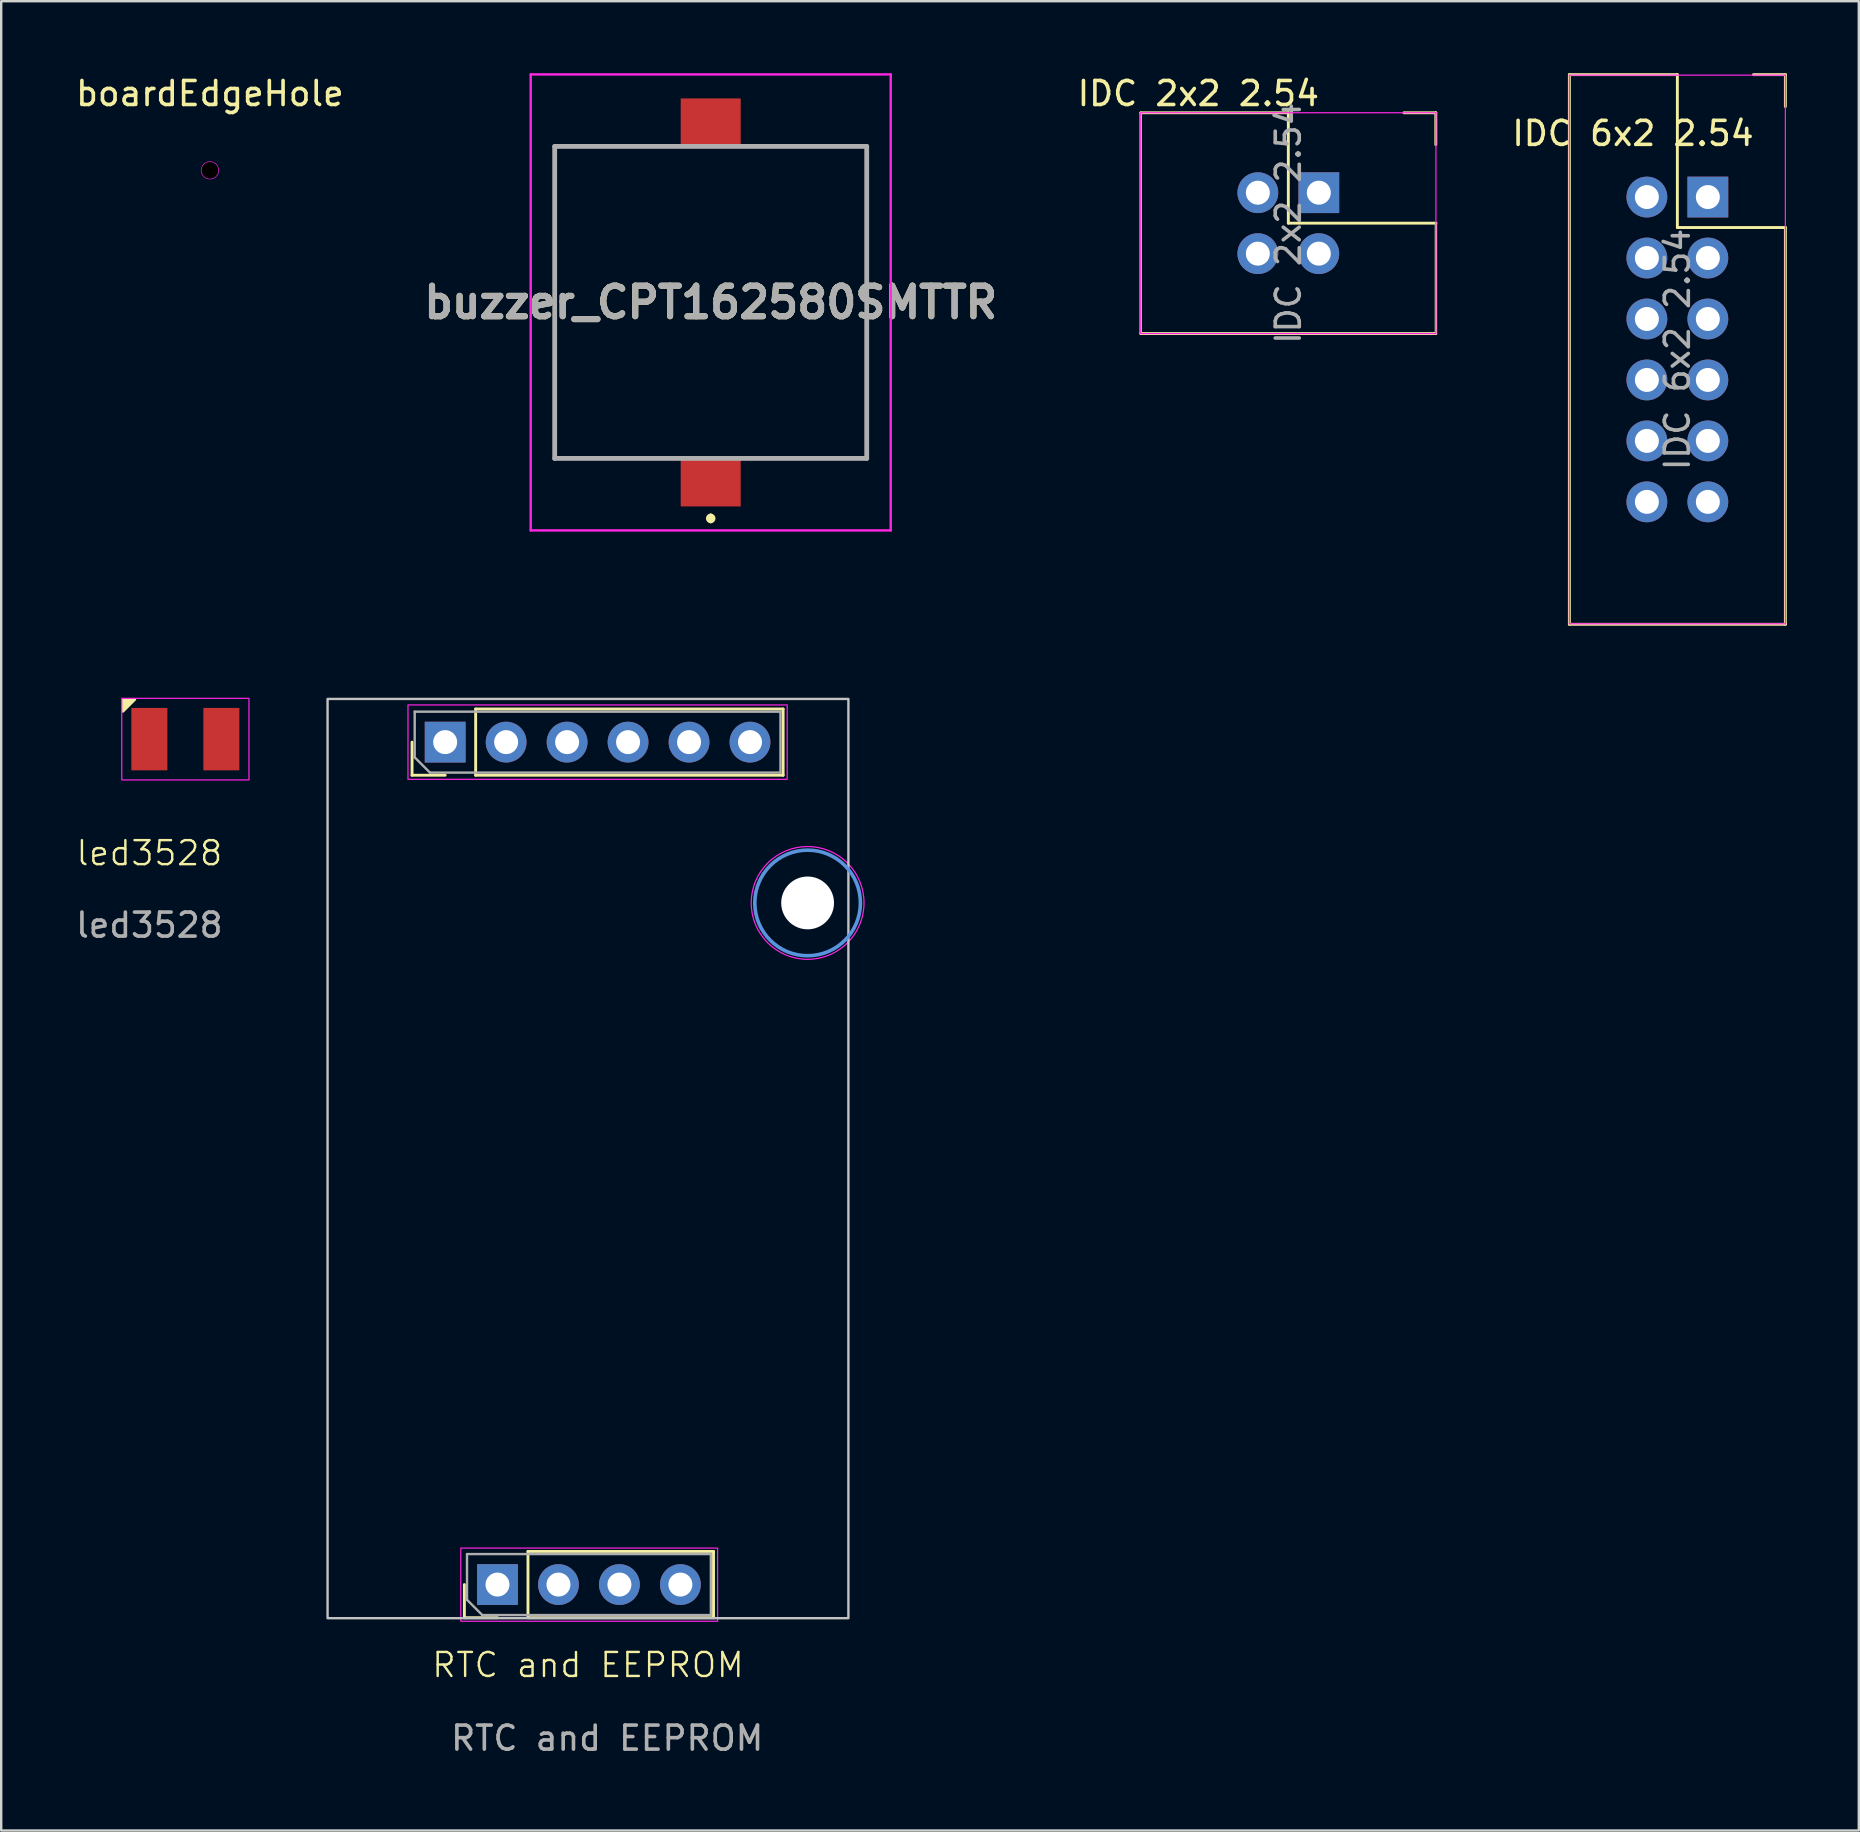
<source format=kicad_pcb>
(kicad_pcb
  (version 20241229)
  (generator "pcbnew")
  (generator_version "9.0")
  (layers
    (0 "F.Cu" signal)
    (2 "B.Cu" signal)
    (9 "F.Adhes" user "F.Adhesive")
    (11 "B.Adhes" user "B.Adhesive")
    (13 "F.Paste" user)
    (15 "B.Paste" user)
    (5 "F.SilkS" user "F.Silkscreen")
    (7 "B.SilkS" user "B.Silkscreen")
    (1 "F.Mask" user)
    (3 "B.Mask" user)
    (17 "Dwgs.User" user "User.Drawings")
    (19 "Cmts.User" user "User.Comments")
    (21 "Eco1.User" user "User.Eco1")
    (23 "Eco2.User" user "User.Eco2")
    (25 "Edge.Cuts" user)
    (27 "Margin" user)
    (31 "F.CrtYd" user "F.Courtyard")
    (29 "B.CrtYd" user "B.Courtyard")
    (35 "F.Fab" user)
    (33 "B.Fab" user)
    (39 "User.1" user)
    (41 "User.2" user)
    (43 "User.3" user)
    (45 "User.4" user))
  (footprint "boardEdgeHole"
    (layer "F.Cu")
    (at 5.696 4.048)
    (property "Reference" "boardEdgeHole" (at 0 -3.2 0) (layer "F.SilkS") (effects (font (size 1 1) (thickness 0.15))))
    (attr exclude_from_pos_files exclude_from_bom)
    (fp_circle (center 0 0) (end 0.35 -0.000001) (stroke (width 0.05) (type solid)) (fill no) (layer "F.CrtYd"))
    (pad "" np_thru_hole circle (at 0 0) (size 0.7 0.7) (drill 0.7) (layers "*.Mask")))
  (footprint "RTC and EEPROM"
    (layer "F.Cu")
    (at 10.598 64.37)
    (property "Reference" "RTC and EEPROM" (at 10.85 1.95 0) (unlocked yes) (layer "F.SilkS") (effects (font (size 1 1) (thickness 0.1))))
    (attr smd)
    (fp_line (start 3.52 -35.12) (end 3.52 -36.5) (stroke (width 0.12) (type solid)) (layer "F.SilkS"))
    (fp_line (start 4.9 -35.12) (end 3.52 -35.12) (stroke (width 0.12) (type solid)) (layer "F.SilkS"))
    (fp_line (start 5.7 -0.02) (end 5.7 -1.4) (stroke (width 0.12) (type solid)) (layer "F.SilkS"))
    (fp_line (start 6.17 -35.12) (end 6.17 -37.88) (stroke (width 0.12) (type solid)) (layer "F.SilkS"))
    (fp_line (start 6.17 -35.12) (end 18.98 -35.12) (stroke (width 0.12) (type solid)) (layer "F.SilkS"))
    (fp_line (start 6.17 -37.88) (end 18.98 -37.88) (stroke (width 0.12) (type solid)) (layer "F.SilkS"))
    (fp_line (start 7.08 -0.02) (end 5.7 -0.02) (stroke (width 0.12) (type solid)) (layer "F.SilkS"))
    (fp_line (start 8.35 -2.78) (end 16.08 -2.78) (stroke (width 0.12) (type solid)) (layer "F.SilkS"))
    (fp_line (start 8.35 -0.02) (end 8.35 -2.78) (stroke (width 0.12) (type solid)) (layer "F.SilkS"))
    (fp_line (start 8.35 -0.02) (end 16.08 -0.02) (stroke (width 0.12) (type solid)) (layer "F.SilkS"))
    (fp_line (start 16.08 -0.02) (end 16.08 -2.78) (stroke (width 0.12) (type solid)) (layer "F.SilkS"))
    (fp_line (start 18.98 -35.12) (end 18.98 -37.88) (stroke (width 0.12) (type solid)) (layer "F.SilkS"))
    (fp_rect (start 0 0) (end 21.7 -38.3) (stroke (width 0.1) (type solid)) (fill no) (layer "Dwgs.User"))
    (fp_circle (center 20 -29.8) (end 22.2 -29.8) (stroke (width 0.15) (type solid)) (fill no) (layer "Cmts.User"))
    (fp_rect (start 3.35 -38.05) (end 19.15 -34.95) (stroke (width 0.05) (type default)) (fill no) (layer "F.CrtYd"))
    (fp_rect (start 5.55 -2.92) (end 16.25 0.13) (stroke (width 0.05) (type default)) (fill no) (layer "F.CrtYd"))
    (fp_circle (center 20 -29.8) (end 22.35 -29.8) (stroke (width 0.05) (type default)) (fill no) (layer "F.CrtYd"))
    (fp_line (start 3.63 -37.77) (end 18.87 -37.77) (stroke (width 0.1) (type solid)) (layer "F.Fab"))
    (fp_line (start 3.63 -35.865) (end 3.63 -37.77) (stroke (width 0.1) (type solid)) (layer "F.Fab"))
    (fp_line (start 4.265 -35.23) (end 3.63 -35.865) (stroke (width 0.1) (type solid)) (layer "F.Fab"))
    (fp_line (start 5.81 -2.67) (end 15.97 -2.67) (stroke (width 0.1) (type solid)) (layer "F.Fab"))
    (fp_line (start 5.81 -0.765) (end 5.81 -2.67) (stroke (width 0.1) (type solid)) (layer "F.Fab"))
    (fp_line (start 6.445 -0.13) (end 5.81 -0.765) (stroke (width 0.1) (type solid)) (layer "F.Fab"))
    (fp_line (start 15.97 -0.13) (end 6.445 -0.13) (stroke (width 0.1) (type solid)) (layer "F.Fab"))
    (fp_line (start 15.97 -2.67) (end 15.97 -0.13) (stroke (width 0.1) (type solid)) (layer "F.Fab"))
    (fp_line (start 18.87 -37.77) (end 18.87 -35.23) (stroke (width 0.1) (type solid)) (layer "F.Fab"))
    (fp_line (start 18.87 -35.23) (end 4.265 -35.23) (stroke (width 0.1) (type solid)) (layer "F.Fab"))
    (fp_text user "${REFERENCE}" (at 11.65 5 0) (unlocked yes) (layer "F.Fab") (effects (font (size 1 1) (thickness 0.15))))
    (pad "" np_thru_hole circle (at 20 -29.8) (size 2.2 2.2) (drill 2.2) (layers "*.Cu" "*.Mask"))
    (pad "1" thru_hole rect (at 7.08 -1.4 90) (size 1.7 1.7) (drill 1) (layers "*.Cu" "*.Mask"))
    (pad "2" thru_hole circle (at 9.62 -1.4 90) (size 1.7 1.7) (drill 1) (layers "*.Cu" "*.Mask"))
    (pad "3" thru_hole circle (at 12.16 -1.4 90) (size 1.7 1.7) (drill 1) (layers "*.Cu" "*.Mask"))
    (pad "4" thru_hole circle (at 14.7 -1.4 90) (size 1.7 1.7) (drill 1) (layers "*.Cu" "*.Mask"))
    (pad "5" thru_hole rect (at 4.9 -36.5 90) (size 1.7 1.7) (drill 1) (layers "*.Cu" "*.Mask"))
    (pad "6" thru_hole circle (at 7.44 -36.5 90) (size 1.7 1.7) (drill 1) (layers "*.Cu" "*.Mask"))
    (pad "7" thru_hole circle (at 9.98 -36.5 180) (size 1.7 1.7) (drill 1) (layers "*.Cu" "*.Mask"))
    (pad "8" thru_hole circle (at 12.52 -36.5 90) (size 1.7 1.7) (drill 1) (layers "*.Cu" "*.Mask"))
    (pad "9" thru_hole circle (at 15.06 -36.5 90) (size 1.7 1.7) (drill 1) (layers "*.Cu" "*.Mask"))
    (pad "10" thru_hole circle (at 17.6 -36.5 90) (size 1.7 1.7) (drill 1) (layers "*.Cu" "*.Mask")))
  (footprint "IDC 2x2 2.54"
    (layer "F.Cu")
    (at 50.627 6.248)
    (property "Reference" "IDC 2x2 2.54" (at -3.75 -5.4 0) (layer "F.SilkS") (effects (font (size 1 1) (thickness 0.15))))
    (attr through_hole)
    (fp_line (start -6.15 -4.6) (end -6.15 4.6) (stroke (width 0.1) (type solid)) (layer "F.SilkS"))
    (fp_line (start -6.145 -4.6) (end 0 -4.6) (stroke (width 0.12) (type solid)) (layer "F.SilkS"))
    (fp_line (start -6.145 4.6) (end 6.145 4.6) (stroke (width 0.12) (type solid)) (layer "F.SilkS"))
    (fp_line (start 0 -4.6) (end 0 0) (stroke (width 0.12) (type solid)) (layer "F.SilkS"))
    (fp_line (start 0 0) (end 6.15 0) (stroke (width 0.12) (type solid)) (layer "F.SilkS"))
    (fp_line (start 4.815 -4.6) (end 6.145 -4.6) (stroke (width 0.12) (type solid)) (layer "F.SilkS"))
    (fp_line (start 6.145 -4.6) (end 6.145 -3.27) (stroke (width 0.12) (type solid)) (layer "F.SilkS"))
    (fp_line (start 6.15 0) (end 6.15 4.6) (stroke (width 0.1) (type solid)) (layer "F.SilkS"))
    (fp_line (start -6.15 -4.6) (end -6.15 4.6) (stroke (width 0.05) (type solid)) (layer "F.CrtYd"))
    (fp_line (start -6.145 -4.6) (end 6.145 -4.6) (stroke (width 0.05) (type solid)) (layer "F.CrtYd"))
    (fp_line (start -6.145 4.6) (end 6.145 4.6) (stroke (width 0.05) (type solid)) (layer "F.CrtYd"))
    (fp_line (start 6.15 -4.6) (end 6.15 4.6) (stroke (width 0.05) (type solid)) (layer "F.CrtYd"))
    (fp_text user "${REFERENCE}" (at 0 0 90) (layer "F.Fab") (effects (font (size 1 1) (thickness 0.15))))
    (pad "1" thru_hole rect (at 1.27 -1.27) (size 1.7 1.7) (drill 1) (layers "*.Cu" "*.Mask"))
    (pad "2" thru_hole circle (at -1.27 -1.27) (size 1.7 1.7) (drill 1) (layers "*.Cu" "*.Mask"))
    (pad "3" thru_hole circle (at 1.27 1.27) (size 1.7 1.7) (drill 1) (layers "*.Cu" "*.Mask"))
    (pad "4" thru_hole circle (at -1.27 1.27) (size 1.7 1.7) (drill 1) (layers "*.Cu" "*.Mask")))
  (footprint "IDC 6x2 2.54"
    (layer "F.Cu")
    (at 66.836 11.51)
    (property "Reference" "IDC 6x2 2.54" (at -1.85 -9 0) (layer "F.SilkS") (effects (font (size 1 1) (thickness 0.15))))
    (attr through_hole)
    (fp_line (start -4.5 -11.45) (end -4.5 11.45) (stroke (width 0.12) (type solid)) (layer "F.SilkS"))
    (fp_line (start -4.5 -11.45) (end 0 -11.45) (stroke (width 0.12) (type solid)) (layer "F.SilkS"))
    (fp_line (start -4.5 11.45) (end 4.5 11.45) (stroke (width 0.12) (type solid)) (layer "F.SilkS"))
    (fp_line (start 0 -11.45) (end 0 -5.08) (stroke (width 0.12) (type solid)) (layer "F.SilkS"))
    (fp_line (start 0 -5.08) (end 4.5 -5.08) (stroke (width 0.12) (type solid)) (layer "F.SilkS"))
    (fp_line (start 3.17 -11.45) (end 4.5 -11.45) (stroke (width 0.12) (type solid)) (layer "F.SilkS"))
    (fp_line (start 4.5 -11.45) (end 4.5 -10.12) (stroke (width 0.12) (type solid)) (layer "F.SilkS"))
    (fp_line (start 4.5 -5.08) (end 4.5 11.45) (stroke (width 0.12) (type solid)) (layer "F.SilkS"))
    (fp_line (start -4.5 -11.43) (end -4.5 11.43) (stroke (width 0.05) (type solid)) (layer "F.CrtYd"))
    (fp_line (start -4.5 -11.43) (end 4.5 -11.43) (stroke (width 0.05) (type solid)) (layer "F.CrtYd"))
    (fp_line (start -4.5 11.43) (end 4.5 11.43) (stroke (width 0.05) (type solid)) (layer "F.CrtYd"))
    (fp_line (start 4.5 -11.43) (end 4.5 11.43) (stroke (width 0.05) (type solid)) (layer "F.CrtYd"))
    (fp_text user "${REFERENCE}" (at 0 0 90) (layer "F.Fab") (effects (font (size 1 1) (thickness 0.15))))
    (pad "1" thru_hole rect (at 1.27 -6.35) (size 1.7 1.7) (drill 1) (layers "*.Cu" "*.Mask"))
    (pad "2" thru_hole circle (at -1.27 -6.35) (size 1.7 1.7) (drill 1) (layers "*.Cu" "*.Mask"))
    (pad "3" thru_hole circle (at 1.27 -3.81) (size 1.7 1.7) (drill 1) (layers "*.Cu" "*.Mask"))
    (pad "4" thru_hole circle (at -1.27 -3.81) (size 1.7 1.7) (drill 1) (layers "*.Cu" "*.Mask"))
    (pad "5" thru_hole circle (at 1.27 -1.27) (size 1.7 1.7) (drill 1) (layers "*.Cu" "*.Mask"))
    (pad "6" thru_hole circle (at -1.27 -1.27) (size 1.7 1.7) (drill 1) (layers "*.Cu" "*.Mask"))
    (pad "7" thru_hole circle (at 1.27 1.27) (size 1.7 1.7) (drill 1) (layers "*.Cu" "*.Mask"))
    (pad "8" thru_hole circle (at -1.27 1.27) (size 1.7 1.7) (drill 1) (layers "*.Cu" "*.Mask"))
    (pad "9" thru_hole circle (at 1.27 3.81) (size 1.7 1.7) (drill 1) (layers "*.Cu" "*.Mask"))
    (pad "10" thru_hole circle (at -1.27 3.81) (size 1.7 1.7) (drill 1) (layers "*.Cu" "*.Mask"))
    (pad "11" thru_hole circle (at 1.27 6.35) (size 1.7 1.7) (drill 1) (layers "*.Cu" "*.Mask"))
    (pad "12" thru_hole circle (at -1.27 6.35) (size 1.7 1.7) (drill 1) (layers "*.Cu" "*.Mask")))
  (footprint "led3528"
    (layer "F.Cu")
    (at 3.173 27.745)
    (property "Reference" "led3528" (at 0 4.75 0) (unlocked yes) (layer "F.SilkS") (effects (font (size 1 1) (thickness 0.1))))
    (attr smd)
    (fp_poly (pts (xy -0.6 -1.65) (xy -1.1 -1.65) (xy -1.1 -1.15)) (stroke (width 0.1) (type solid)) (fill yes) (layer "F.SilkS"))
    (fp_rect (start -1.15 -1.7) (end 4.15 1.7) (stroke (width 0.05) (type solid)) (fill no) (layer "F.CrtYd"))
    (fp_text user "${REFERENCE}" (at 0 7.75 0) (unlocked yes) (layer "F.Fab") (effects (font (size 1 1) (thickness 0.15))))
    (pad "1" smd rect (at 0 0) (size 1.5 2.6) (layers "F.Cu" "F.Mask" "F.Paste"))
    (pad "2" smd rect (at 3 0) (size 1.5 2.6) (layers "F.Cu" "F.Mask" "F.Paste")))
  (footprint "buzzer_CPT162580SMTTR"
    (layer "F.Cu")
    (at 26.561 9.55)
    (property "Reference" "buzzer_CPT162580SMTTR" (at 0 0 0) (layer "F.SilkS") (effects (font (size 1.27 1.27) (thickness 0.254))))
    (attr smd)
    (fp_line (start -6.5 -6.5) (end -6.5 6.5) (stroke (width 0.1) (type solid)) (layer "F.SilkS"))
    (fp_line (start -6.5 6.5) (end -2 6.5) (stroke (width 0.1) (type solid)) (layer "F.SilkS"))
    (fp_line (start -2 -6.5) (end -6.5 -6.5) (stroke (width 0.1) (type solid)) (layer "F.SilkS"))
    (fp_line (start 0 8.9) (end 0 8.9) (stroke (width 0.2) (type solid)) (layer "F.SilkS"))
    (fp_line (start 0 9.1) (end 0 9.1) (stroke (width 0.2) (type solid)) (layer "F.SilkS"))
    (fp_line (start 2 -6.5) (end 6.5 -6.5) (stroke (width 0.1) (type solid)) (layer "F.SilkS"))
    (fp_line (start 6.5 -6.5) (end 6.5 6.5) (stroke (width 0.1) (type solid)) (layer "F.SilkS"))
    (fp_line (start 6.5 6.5) (end 2 6.5) (stroke (width 0.1) (type solid)) (layer "F.SilkS"))
    (fp_arc (start 0 8.9) (mid 0.1 9) (end 0 9.1) (stroke (width 0.2) (type solid)) (layer "F.SilkS"))
    (fp_arc (start 0 9.1) (mid -0.1 9) (end 0 8.9) (stroke (width 0.2) (type solid)) (layer "F.SilkS"))
    (fp_line (start -7.5 -9.5) (end 7.5 -9.5) (stroke (width 0.1) (type solid)) (layer "F.CrtYd"))
    (fp_line (start -7.5 9.5) (end -7.5 -9.5) (stroke (width 0.1) (type solid)) (layer "F.CrtYd"))
    (fp_line (start 7.5 -9.5) (end 7.5 9.5) (stroke (width 0.1) (type solid)) (layer "F.CrtYd"))
    (fp_line (start 7.5 9.5) (end -7.5 9.5) (stroke (width 0.1) (type solid)) (layer "F.CrtYd"))
    (fp_line (start -6.5 -6.5) (end 6.5 -6.5) (stroke (width 0.2) (type solid)) (layer "F.Fab"))
    (fp_line (start -6.5 6.5) (end -6.5 -6.5) (stroke (width 0.2) (type solid)) (layer "F.Fab"))
    (fp_line (start 6.5 -6.5) (end 6.5 6.5) (stroke (width 0.2) (type solid)) (layer "F.Fab"))
    (fp_line (start 6.5 6.5) (end -6.5 6.5) (stroke (width 0.2) (type solid)) (layer "F.Fab"))
    (fp_text user "${REFERENCE}" (at 0 0 0) (layer "F.Fab") (effects (font (size 1.27 1.27) (thickness 0.254))))
    (pad "1" smd rect (at 0 7.5 90) (size 2 2.5) (layers "F.Cu" "F.Mask" "F.Paste"))
    (pad "2" smd rect (at 0 -7.5 90) (size 2 2.5) (layers "F.Cu" "F.Mask" "F.Paste")))
  (gr_rect
    (start -3 -3)
    (end 74.396 73.218)
    (stroke (width 0.1) (type default))
    (fill no)
    (layer "Edge.Cuts")))
</source>
